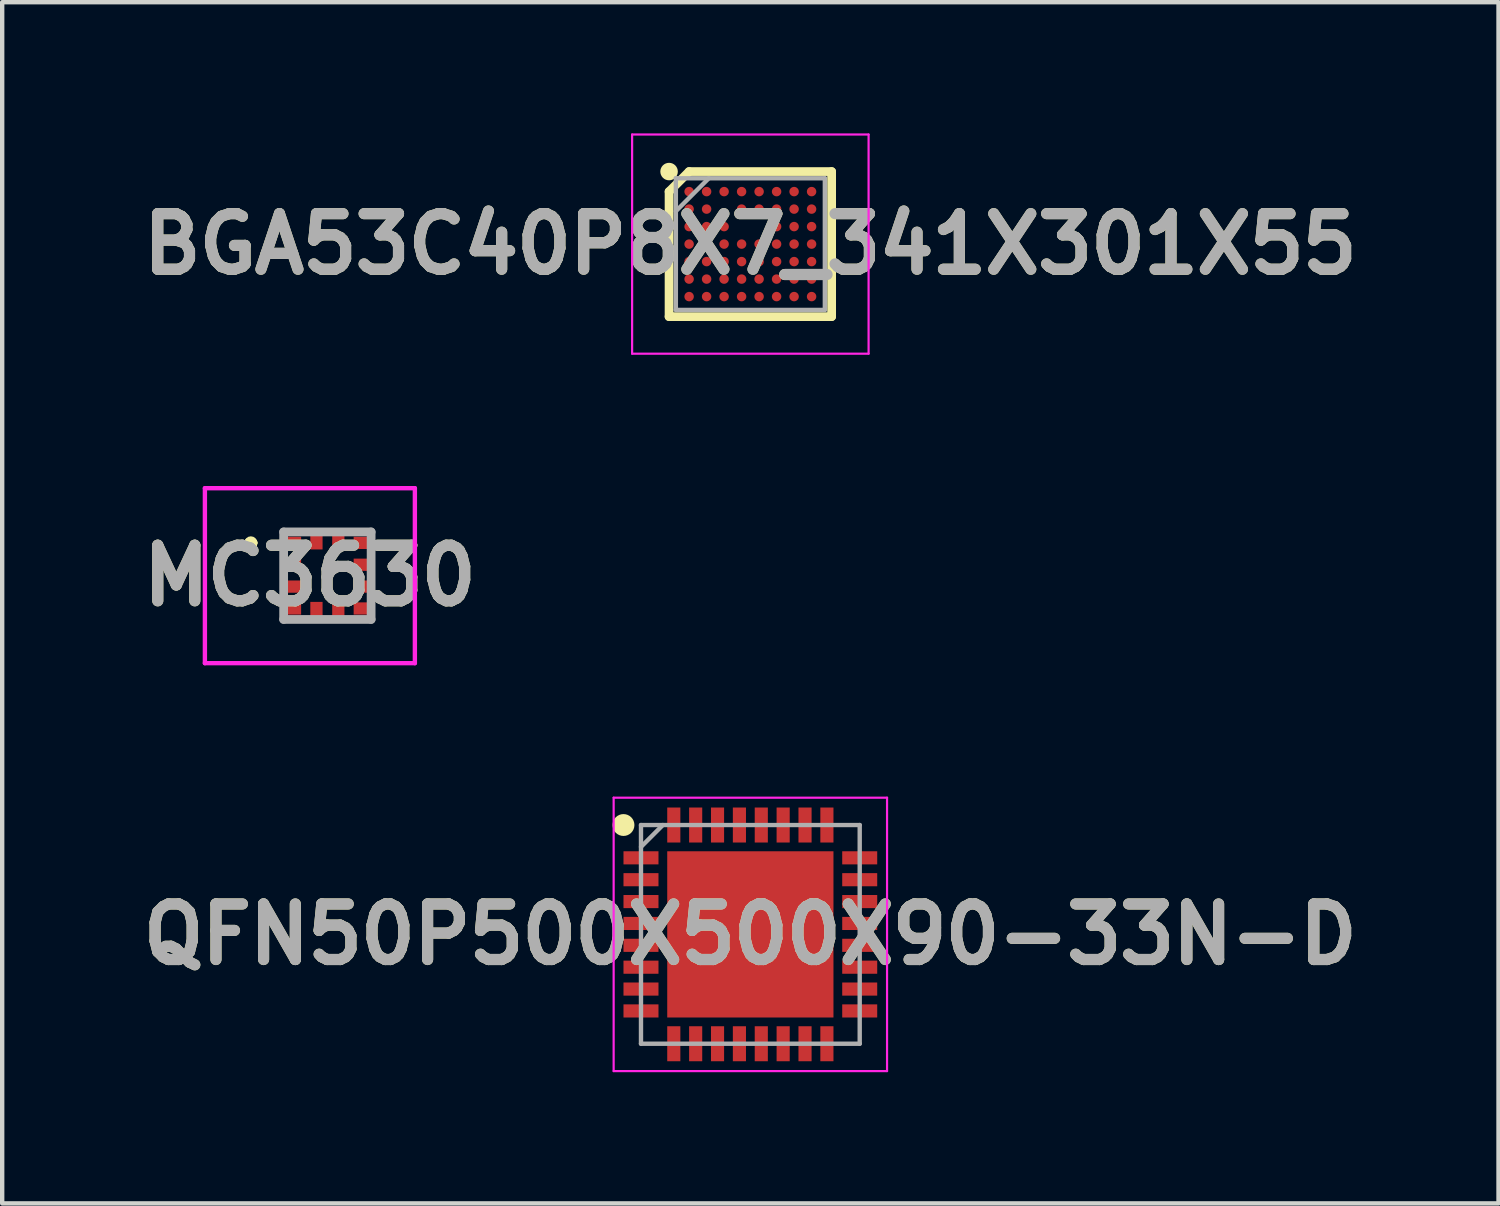
<source format=kicad_pcb>
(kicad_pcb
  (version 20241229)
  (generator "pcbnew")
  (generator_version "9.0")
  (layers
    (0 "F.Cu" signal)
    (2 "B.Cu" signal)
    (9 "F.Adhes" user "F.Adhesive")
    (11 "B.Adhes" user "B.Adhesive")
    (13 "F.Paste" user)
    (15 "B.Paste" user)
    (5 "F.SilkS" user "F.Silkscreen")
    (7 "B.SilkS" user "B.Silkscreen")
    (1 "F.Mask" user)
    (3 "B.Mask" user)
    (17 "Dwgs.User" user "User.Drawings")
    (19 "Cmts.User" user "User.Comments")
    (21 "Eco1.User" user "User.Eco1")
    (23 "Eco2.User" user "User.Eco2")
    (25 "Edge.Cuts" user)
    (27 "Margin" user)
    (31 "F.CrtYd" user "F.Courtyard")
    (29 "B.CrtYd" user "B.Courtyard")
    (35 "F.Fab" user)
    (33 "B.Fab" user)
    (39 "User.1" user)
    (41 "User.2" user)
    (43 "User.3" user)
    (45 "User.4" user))
  (footprint "BGA53C40P8X7_341X301X55"
    (layer "F.Cu")
    (at 14.103 2.53)
    (property "Reference" "BGA53C40P8X7_341X301X55" (at 0 0 0) (layer "F.SilkS") (effects (font (size 1.27 1.27) (thickness 0.254))))
    (attr smd)
    (fp_line (start -1.858 -1.2) (end -1.4 -1.658) (stroke (width 0.2) (type solid)) (layer "F.SilkS"))
    (fp_line (start -1.858 1.658) (end -1.858 -1.2) (stroke (width 0.2) (type solid)) (layer "F.SilkS"))
    (fp_line (start -1.4 -1.658) (end 1.858 -1.658) (stroke (width 0.2) (type solid)) (layer "F.SilkS"))
    (fp_line (start 1.858 -1.658) (end 1.858 1.658) (stroke (width 0.2) (type solid)) (layer "F.SilkS"))
    (fp_line (start 1.858 1.658) (end -1.858 1.658) (stroke (width 0.2) (type solid)) (layer "F.SilkS"))
    (fp_circle (center -1.858 -1.658) (end -1.858 -1.558) (stroke (width 0.2) (type solid)) (fill no) (layer "F.SilkS"))
    (fp_line (start -2.703 -2.505) (end 2.703 -2.505) (stroke (width 0.05) (type solid)) (layer "F.CrtYd"))
    (fp_line (start -2.703 2.505) (end -2.703 -2.505) (stroke (width 0.05) (type solid)) (layer "F.CrtYd"))
    (fp_line (start 2.703 -2.505) (end 2.703 2.505) (stroke (width 0.05) (type solid)) (layer "F.CrtYd"))
    (fp_line (start 2.703 2.505) (end -2.703 2.505) (stroke (width 0.05) (type solid)) (layer "F.CrtYd"))
    (fp_line (start -1.703 -1.505) (end 1.703 -1.505) (stroke (width 0.1) (type solid)) (layer "F.Fab"))
    (fp_line (start -1.703 -0.752) (end -0.951 -1.504) (stroke (width 0.1) (type solid)) (layer "F.Fab"))
    (fp_line (start -1.703 1.505) (end -1.703 -1.505) (stroke (width 0.1) (type solid)) (layer "F.Fab"))
    (fp_line (start 1.703 -1.505) (end 1.703 1.505) (stroke (width 0.1) (type solid)) (layer "F.Fab"))
    (fp_line (start 1.703 1.505) (end -1.703 1.505) (stroke (width 0.1) (type solid)) (layer "F.Fab"))
    (fp_text user "${REFERENCE}" (at 0 0 0) (layer "F.Fab") (effects (font (size 1.27 1.27) (thickness 0.254))))
    (pad "A1" smd circle (at -1.4 -1.2 90) (size 0.216 0.216) (layers "F.Cu" "F.Mask" "F.Paste"))
    (pad "A2" smd circle (at -1 -1.2 90) (size 0.216 0.216) (layers "F.Cu" "F.Mask" "F.Paste"))
    (pad "A3" smd circle (at -0.6 -1.2 90) (size 0.216 0.216) (layers "F.Cu" "F.Mask" "F.Paste"))
    (pad "A4" smd circle (at -0.2 -1.2 90) (size 0.216 0.216) (layers "F.Cu" "F.Mask" "F.Paste"))
    (pad "A5" smd circle (at 0.2 -1.2 90) (size 0.216 0.216) (layers "F.Cu" "F.Mask" "F.Paste"))
    (pad "A6" smd circle (at 0.6 -1.2 90) (size 0.216 0.216) (layers "F.Cu" "F.Mask" "F.Paste"))
    (pad "A7" smd circle (at 1 -1.2 90) (size 0.216 0.216) (layers "F.Cu" "F.Mask" "F.Paste"))
    (pad "A8" smd circle (at 1.4 -1.2 90) (size 0.216 0.216) (layers "F.Cu" "F.Mask" "F.Paste"))
    (pad "B1" smd circle (at -1.4 -0.8 90) (size 0.216 0.216) (layers "F.Cu" "F.Mask" "F.Paste"))
    (pad "B2" smd circle (at -1 -0.8 90) (size 0.216 0.216) (layers "F.Cu" "F.Mask" "F.Paste"))
    (pad "B4" smd circle (at -0.2 -0.8 90) (size 0.216 0.216) (layers "F.Cu" "F.Mask" "F.Paste"))
    (pad "B5" smd circle (at 0.2 -0.8 90) (size 0.216 0.216) (layers "F.Cu" "F.Mask" "F.Paste"))
    (pad "B6" smd circle (at 0.6 -0.8 90) (size 0.216 0.216) (layers "F.Cu" "F.Mask" "F.Paste"))
    (pad "B7" smd circle (at 1 -0.8 90) (size 0.216 0.216) (layers "F.Cu" "F.Mask" "F.Paste"))
    (pad "B8" smd circle (at 1.4 -0.8 90) (size 0.216 0.216) (layers "F.Cu" "F.Mask" "F.Paste"))
    (pad "C1" smd circle (at -1.4 -0.4 90) (size 0.216 0.216) (layers "F.Cu" "F.Mask" "F.Paste"))
    (pad "C2" smd circle (at -1 -0.4 90) (size 0.216 0.216) (layers "F.Cu" "F.Mask" "F.Paste"))
    (pad "C3" smd circle (at -0.6 -0.4 90) (size 0.216 0.216) (layers "F.Cu" "F.Mask" "F.Paste"))
    (pad "C6" smd circle (at 0.6 -0.4 90) (size 0.216 0.216) (layers "F.Cu" "F.Mask" "F.Paste"))
    (pad "C7" smd circle (at 1 -0.4 90) (size 0.216 0.216) (layers "F.Cu" "F.Mask" "F.Paste"))
    (pad "C8" smd circle (at 1.4 -0.4 90) (size 0.216 0.216) (layers "F.Cu" "F.Mask" "F.Paste"))
    (pad "D1" smd circle (at -1.4 0 90) (size 0.216 0.216) (layers "F.Cu" "F.Mask" "F.Paste"))
    (pad "D2" smd circle (at -1 0 90) (size 0.216 0.216) (layers "F.Cu" "F.Mask" "F.Paste"))
    (pad "D3" smd circle (at -0.6 0 90) (size 0.216 0.216) (layers "F.Cu" "F.Mask" "F.Paste"))
    (pad "D4" smd circle (at -0.2 0 90) (size 0.216 0.216) (layers "F.Cu" "F.Mask" "F.Paste"))
    (pad "D5" smd circle (at 0.2 0 90) (size 0.216 0.216) (layers "F.Cu" "F.Mask" "F.Paste"))
    (pad "D6" smd circle (at 0.6 0 90) (size 0.216 0.216) (layers "F.Cu" "F.Mask" "F.Paste"))
    (pad "D7" smd circle (at 1 0 90) (size 0.216 0.216) (layers "F.Cu" "F.Mask" "F.Paste"))
    (pad "D8" smd circle (at 1.4 0 90) (size 0.216 0.216) (layers "F.Cu" "F.Mask" "F.Paste"))
    (pad "E1" smd circle (at -1.4 0.4 90) (size 0.216 0.216) (layers "F.Cu" "F.Mask" "F.Paste"))
    (pad "E2" smd circle (at -1 0.4 90) (size 0.216 0.216) (layers "F.Cu" "F.Mask" "F.Paste"))
    (pad "E3" smd circle (at -0.6 0.4 90) (size 0.216 0.216) (layers "F.Cu" "F.Mask" "F.Paste"))
    (pad "E4" smd circle (at -0.2 0.4 90) (size 0.216 0.216) (layers "F.Cu" "F.Mask" "F.Paste"))
    (pad "E5" smd circle (at 0.2 0.4 90) (size 0.216 0.216) (layers "F.Cu" "F.Mask" "F.Paste"))
    (pad "E6" smd circle (at 0.6 0.4 90) (size 0.216 0.216) (layers "F.Cu" "F.Mask" "F.Paste"))
    (pad "E7" smd circle (at 1 0.4 90) (size 0.216 0.216) (layers "F.Cu" "F.Mask" "F.Paste"))
    (pad "E8" smd circle (at 1.4 0.4 90) (size 0.216 0.216) (layers "F.Cu" "F.Mask" "F.Paste"))
    (pad "F1" smd circle (at -1.4 0.8 90) (size 0.216 0.216) (layers "F.Cu" "F.Mask" "F.Paste"))
    (pad "F2" smd circle (at -1 0.8 90) (size 0.216 0.216) (layers "F.Cu" "F.Mask" "F.Paste"))
    (pad "F3" smd circle (at -0.6 0.8 90) (size 0.216 0.216) (layers "F.Cu" "F.Mask" "F.Paste"))
    (pad "F4" smd circle (at -0.2 0.8 90) (size 0.216 0.216) (layers "F.Cu" "F.Mask" "F.Paste"))
    (pad "F5" smd circle (at 0.2 0.8 90) (size 0.216 0.216) (layers "F.Cu" "F.Mask" "F.Paste"))
    (pad "F6" smd circle (at 0.6 0.8 90) (size 0.216 0.216) (layers "F.Cu" "F.Mask" "F.Paste"))
    (pad "F7" smd circle (at 1 0.8 90) (size 0.216 0.216) (layers "F.Cu" "F.Mask" "F.Paste"))
    (pad "F8" smd circle (at 1.4 0.8 90) (size 0.216 0.216) (layers "F.Cu" "F.Mask" "F.Paste"))
    (pad "G1" smd circle (at -1.4 1.2 90) (size 0.216 0.216) (layers "F.Cu" "F.Mask" "F.Paste"))
    (pad "G2" smd circle (at -1 1.2 90) (size 0.216 0.216) (layers "F.Cu" "F.Mask" "F.Paste"))
    (pad "G3" smd circle (at -0.6 1.2 90) (size 0.216 0.216) (layers "F.Cu" "F.Mask" "F.Paste"))
    (pad "G4" smd circle (at -0.2 1.2 90) (size 0.216 0.216) (layers "F.Cu" "F.Mask" "F.Paste"))
    (pad "G5" smd circle (at 0.2 1.2 90) (size 0.216 0.216) (layers "F.Cu" "F.Mask" "F.Paste"))
    (pad "G6" smd circle (at 0.6 1.2 90) (size 0.216 0.216) (layers "F.Cu" "F.Mask" "F.Paste"))
    (pad "G7" smd circle (at 1 1.2 90) (size 0.216 0.216) (layers "F.Cu" "F.Mask" "F.Paste"))
    (pad "G8" smd circle (at 1.4 1.2 90) (size 0.216 0.216) (layers "F.Cu" "F.Mask" "F.Paste")))
  (footprint "QFN50P500X500X90-33N-D"
    (layer "F.Cu")
    (at 14.103 18.31)
    (property "Reference" "QFN50P500X500X90-33N-D" (at 0 0 0) (layer "F.SilkS") (effects (font (size 1.27 1.27) (thickness 0.254))))
    (attr smd)
    (fp_circle (center -2.9 -2.5) (end -2.9 -2.375) (stroke (width 0.25) (type solid)) (fill no) (layer "F.SilkS"))
    (fp_line (start -3.125 -3.125) (end 3.125 -3.125) (stroke (width 0.05) (type solid)) (layer "F.CrtYd"))
    (fp_line (start -3.125 3.125) (end -3.125 -3.125) (stroke (width 0.05) (type solid)) (layer "F.CrtYd"))
    (fp_line (start 3.125 -3.125) (end 3.125 3.125) (stroke (width 0.05) (type solid)) (layer "F.CrtYd"))
    (fp_line (start 3.125 3.125) (end -3.125 3.125) (stroke (width 0.05) (type solid)) (layer "F.CrtYd"))
    (fp_line (start -2.5 -2.5) (end 2.5 -2.5) (stroke (width 0.1) (type solid)) (layer "F.Fab"))
    (fp_line (start -2.5 -2) (end -2 -2.5) (stroke (width 0.1) (type solid)) (layer "F.Fab"))
    (fp_line (start -2.5 2.5) (end -2.5 -2.5) (stroke (width 0.1) (type solid)) (layer "F.Fab"))
    (fp_line (start 2.5 -2.5) (end 2.5 2.5) (stroke (width 0.1) (type solid)) (layer "F.Fab"))
    (fp_line (start 2.5 2.5) (end -2.5 2.5) (stroke (width 0.1) (type solid)) (layer "F.Fab"))
    (fp_text user "${REFERENCE}" (at 0 0 0) (layer "F.Fab") (effects (font (size 1.27 1.27) (thickness 0.254))))
    (pad "1" smd rect (at -2.5 -1.75 90) (size 0.3 0.8) (layers "F.Cu" "F.Mask" "F.Paste"))
    (pad "2" smd rect (at -2.5 -1.25 90) (size 0.3 0.8) (layers "F.Cu" "F.Mask" "F.Paste"))
    (pad "3" smd rect (at -2.5 -0.75 90) (size 0.3 0.8) (layers "F.Cu" "F.Mask" "F.Paste"))
    (pad "4" smd rect (at -2.5 -0.25 90) (size 0.3 0.8) (layers "F.Cu" "F.Mask" "F.Paste"))
    (pad "5" smd rect (at -2.5 0.25 90) (size 0.3 0.8) (layers "F.Cu" "F.Mask" "F.Paste"))
    (pad "6" smd rect (at -2.5 0.75 90) (size 0.3 0.8) (layers "F.Cu" "F.Mask" "F.Paste"))
    (pad "7" smd rect (at -2.5 1.25 90) (size 0.3 0.8) (layers "F.Cu" "F.Mask" "F.Paste"))
    (pad "8" smd rect (at -2.5 1.75 90) (size 0.3 0.8) (layers "F.Cu" "F.Mask" "F.Paste"))
    (pad "9" smd rect (at -1.75 2.5) (size 0.3 0.8) (layers "F.Cu" "F.Mask" "F.Paste"))
    (pad "10" smd rect (at -1.25 2.5) (size 0.3 0.8) (layers "F.Cu" "F.Mask" "F.Paste"))
    (pad "11" smd rect (at -0.75 2.5) (size 0.3 0.8) (layers "F.Cu" "F.Mask" "F.Paste"))
    (pad "12" smd rect (at -0.25 2.5) (size 0.3 0.8) (layers "F.Cu" "F.Mask" "F.Paste"))
    (pad "13" smd rect (at 0.25 2.5) (size 0.3 0.8) (layers "F.Cu" "F.Mask" "F.Paste"))
    (pad "14" smd rect (at 0.75 2.5) (size 0.3 0.8) (layers "F.Cu" "F.Mask" "F.Paste"))
    (pad "15" smd rect (at 1.25 2.5) (size 0.3 0.8) (layers "F.Cu" "F.Mask" "F.Paste"))
    (pad "16" smd rect (at 1.75 2.5) (size 0.3 0.8) (layers "F.Cu" "F.Mask" "F.Paste"))
    (pad "17" smd rect (at 2.5 1.75 90) (size 0.3 0.8) (layers "F.Cu" "F.Mask" "F.Paste"))
    (pad "18" smd rect (at 2.5 1.25 90) (size 0.3 0.8) (layers "F.Cu" "F.Mask" "F.Paste"))
    (pad "19" smd rect (at 2.5 0.75 90) (size 0.3 0.8) (layers "F.Cu" "F.Mask" "F.Paste"))
    (pad "20" smd rect (at 2.5 0.25 90) (size 0.3 0.8) (layers "F.Cu" "F.Mask" "F.Paste"))
    (pad "21" smd rect (at 2.5 -0.25 90) (size 0.3 0.8) (layers "F.Cu" "F.Mask" "F.Paste"))
    (pad "22" smd rect (at 2.5 -0.75 90) (size 0.3 0.8) (layers "F.Cu" "F.Mask" "F.Paste"))
    (pad "23" smd rect (at 2.5 -1.25 90) (size 0.3 0.8) (layers "F.Cu" "F.Mask" "F.Paste"))
    (pad "24" smd rect (at 2.5 -1.75 90) (size 0.3 0.8) (layers "F.Cu" "F.Mask" "F.Paste"))
    (pad "25" smd rect (at 1.75 -2.5) (size 0.3 0.8) (layers "F.Cu" "F.Mask" "F.Paste"))
    (pad "26" smd rect (at 1.25 -2.5) (size 0.3 0.8) (layers "F.Cu" "F.Mask" "F.Paste"))
    (pad "27" smd rect (at 0.75 -2.5) (size 0.3 0.8) (layers "F.Cu" "F.Mask" "F.Paste"))
    (pad "28" smd rect (at 0.25 -2.5) (size 0.3 0.8) (layers "F.Cu" "F.Mask" "F.Paste"))
    (pad "29" smd rect (at -0.25 -2.5) (size 0.3 0.8) (layers "F.Cu" "F.Mask" "F.Paste"))
    (pad "30" smd rect (at -0.75 -2.5) (size 0.3 0.8) (layers "F.Cu" "F.Mask" "F.Paste"))
    (pad "31" smd rect (at -1.25 -2.5) (size 0.3 0.8) (layers "F.Cu" "F.Mask" "F.Paste"))
    (pad "32" smd rect (at -1.75 -2.5) (size 0.3 0.8) (layers "F.Cu" "F.Mask" "F.Paste"))
    (pad "33" smd rect (at 0 0) (size 3.8 3.8) (layers "F.Cu" "F.Mask" "F.Paste")))
  (footprint "MC3630"
    (layer "F.Cu")
    (at 4.434 10.11)
    (property "Reference" "MC3630" (at -0.4 0 0) (layer "F.SilkS") (effects (font (size 1.27 1.27) (thickness 0.254))))
    (attr smd)
    (fp_line (start -1.8 -0.75) (end -1.8 -0.75) (stroke (width 0.2) (type solid)) (layer "F.SilkS"))
    (fp_line (start -1.8 -0.75) (end -1.8 -0.75) (stroke (width 0.2) (type solid)) (layer "F.SilkS"))
    (fp_line (start -1.7 -0.75) (end -1.7 -0.75) (stroke (width 0.2) (type solid)) (layer "F.SilkS"))
    (fp_arc (start -1.8 -0.75) (mid -1.75 -0.8) (end -1.7 -0.75) (stroke (width 0.2) (type solid)) (layer "F.SilkS"))
    (fp_arc (start -1.7 -0.75) (mid -1.75 -0.7) (end -1.8 -0.75) (stroke (width 0.2) (type solid)) (layer "F.SilkS"))
    (fp_arc (start -1.7 -0.75) (mid -1.75 -0.7) (end -1.8 -0.75) (stroke (width 0.2) (type solid)) (layer "F.SilkS"))
    (fp_line (start -2.8 -2) (end 2 -2) (stroke (width 0.1) (type solid)) (layer "F.CrtYd"))
    (fp_line (start -2.8 2) (end -2.8 -2) (stroke (width 0.1) (type solid)) (layer "F.CrtYd"))
    (fp_line (start 2 -2) (end 2 2) (stroke (width 0.1) (type solid)) (layer "F.CrtYd"))
    (fp_line (start 2 2) (end -2.8 2) (stroke (width 0.1) (type solid)) (layer "F.CrtYd"))
    (fp_line (start -1 -1) (end -1 1) (stroke (width 0.2) (type solid)) (layer "F.Fab"))
    (fp_line (start -1 1) (end 1 1) (stroke (width 0.2) (type solid)) (layer "F.Fab"))
    (fp_line (start 1 -1) (end -1 -1) (stroke (width 0.2) (type solid)) (layer "F.Fab"))
    (fp_line (start 1 1) (end 1 -1) (stroke (width 0.2) (type solid)) (layer "F.Fab"))
    (fp_text user "${REFERENCE}" (at -0.4 0 0) (layer "F.Fab") (effects (font (size 1.27 1.27) (thickness 0.254))))
    (pad "1" smd rect (at -0.763 -0.75 90) (size 0.28 0.325) (layers "F.Cu" "F.Mask" "F.Paste"))
    (pad "2" smd rect (at -0.763 -0.25 90) (size 0.28 0.325) (layers "F.Cu" "F.Mask" "F.Paste"))
    (pad "3" smd rect (at -0.763 0.25 90) (size 0.28 0.325) (layers "F.Cu" "F.Mask" "F.Paste"))
    (pad "4" smd rect (at -0.763 0.75 90) (size 0.28 0.325) (layers "F.Cu" "F.Mask" "F.Paste"))
    (pad "5" smd rect (at -0.25 0.762) (size 0.28 0.325) (layers "F.Cu" "F.Mask" "F.Paste"))
    (pad "6" smd rect (at 0.25 0.762) (size 0.28 0.325) (layers "F.Cu" "F.Mask" "F.Paste"))
    (pad "7" smd rect (at 0.763 0.75 90) (size 0.28 0.325) (layers "F.Cu" "F.Mask" "F.Paste"))
    (pad "8" smd rect (at 0.763 0.25 90) (size 0.28 0.325) (layers "F.Cu" "F.Mask" "F.Paste"))
    (pad "9" smd rect (at 0.763 -0.25 90) (size 0.28 0.325) (layers "F.Cu" "F.Mask" "F.Paste"))
    (pad "10" smd rect (at 0.763 -0.75 90) (size 0.28 0.325) (layers "F.Cu" "F.Mask" "F.Paste"))
    (pad "11" smd rect (at 0.25 -0.762) (size 0.28 0.325) (layers "F.Cu" "F.Mask" "F.Paste"))
    (pad "12" smd rect (at -0.25 -0.762) (size 0.28 0.325) (layers "F.Cu" "F.Mask" "F.Paste")))
  (gr_rect
    (start -3 -3)
    (end 31.206 24.46)
    (stroke (width 0.1) (type default))
    (fill no)
    (layer "Edge.Cuts")))
</source>
